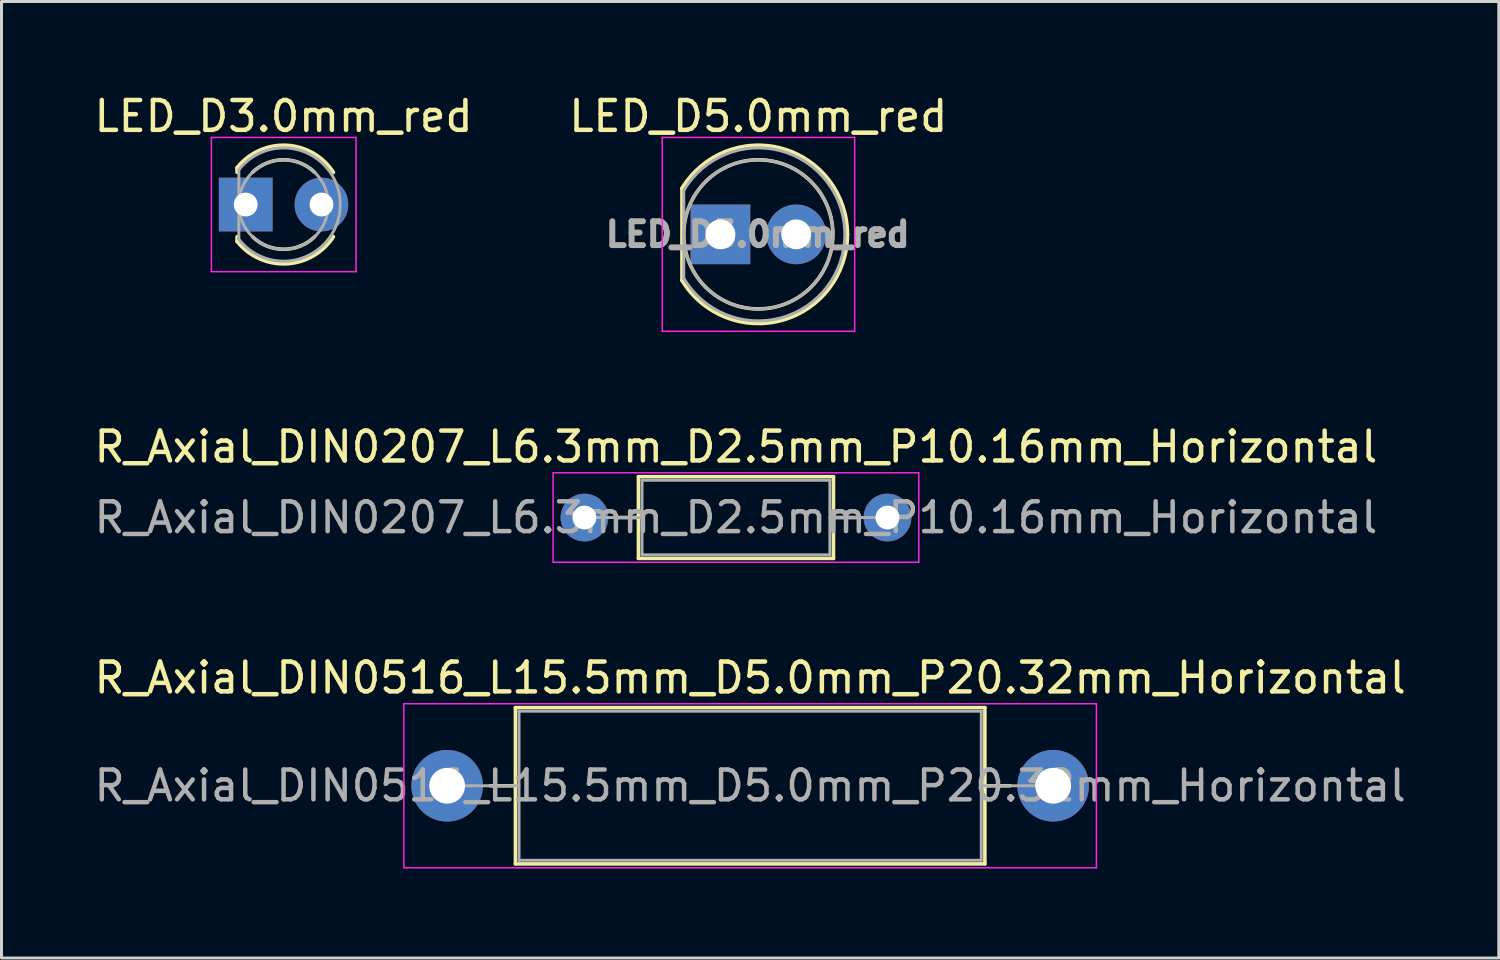
<source format=kicad_pcb>
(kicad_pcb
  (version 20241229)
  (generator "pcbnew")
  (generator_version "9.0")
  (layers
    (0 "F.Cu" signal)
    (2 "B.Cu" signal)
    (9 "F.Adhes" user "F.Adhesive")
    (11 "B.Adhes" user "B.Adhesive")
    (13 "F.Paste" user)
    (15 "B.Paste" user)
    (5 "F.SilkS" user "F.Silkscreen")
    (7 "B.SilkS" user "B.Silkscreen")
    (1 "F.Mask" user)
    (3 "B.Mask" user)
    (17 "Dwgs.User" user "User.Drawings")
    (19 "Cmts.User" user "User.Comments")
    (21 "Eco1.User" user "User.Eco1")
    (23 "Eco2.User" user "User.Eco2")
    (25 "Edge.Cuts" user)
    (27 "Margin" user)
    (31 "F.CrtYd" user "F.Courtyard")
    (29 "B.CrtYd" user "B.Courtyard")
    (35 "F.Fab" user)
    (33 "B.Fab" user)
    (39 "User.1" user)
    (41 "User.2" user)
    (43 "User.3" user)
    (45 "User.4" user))
  (footprint "R_Axial_DIN0207_L6.3mm_D2.5mm_P10.16mm_Horizontal"
    (layer "F.Cu")
    (at 16.545 14.302)
    (property "Reference" "R_Axial_DIN0207_L6.3mm_D2.5mm_P10.16mm_Horizontal" (at 5.08 -2.37 0) (layer "F.SilkS") (effects (font (size 1 1) (thickness 0.15))))
    (attr through_hole)
    (fp_line (start 1.04 0) (end 1.81 0) (stroke (width 0.12) (type solid)) (layer "F.SilkS"))
    (fp_line (start 1.81 -1.37) (end 1.81 1.37) (stroke (width 0.12) (type solid)) (layer "F.SilkS"))
    (fp_line (start 1.81 1.37) (end 8.35 1.37) (stroke (width 0.12) (type solid)) (layer "F.SilkS"))
    (fp_line (start 8.35 -1.37) (end 1.81 -1.37) (stroke (width 0.12) (type solid)) (layer "F.SilkS"))
    (fp_line (start 8.35 1.37) (end 8.35 -1.37) (stroke (width 0.12) (type solid)) (layer "F.SilkS"))
    (fp_line (start 9.12 0) (end 8.35 0) (stroke (width 0.12) (type solid)) (layer "F.SilkS"))
    (fp_line (start -1.05 -1.5) (end -1.05 1.5) (stroke (width 0.05) (type solid)) (layer "F.CrtYd"))
    (fp_line (start -1.05 1.5) (end 11.21 1.5) (stroke (width 0.05) (type solid)) (layer "F.CrtYd"))
    (fp_line (start 11.21 -1.5) (end -1.05 -1.5) (stroke (width 0.05) (type solid)) (layer "F.CrtYd"))
    (fp_line (start 11.21 1.5) (end 11.21 -1.5) (stroke (width 0.05) (type solid)) (layer "F.CrtYd"))
    (fp_line (start 0 0) (end 1.93 0) (stroke (width 0.1) (type solid)) (layer "F.Fab"))
    (fp_line (start 1.93 -1.25) (end 1.93 1.25) (stroke (width 0.1) (type solid)) (layer "F.Fab"))
    (fp_line (start 1.93 1.25) (end 8.23 1.25) (stroke (width 0.1) (type solid)) (layer "F.Fab"))
    (fp_line (start 8.23 -1.25) (end 1.93 -1.25) (stroke (width 0.1) (type solid)) (layer "F.Fab"))
    (fp_line (start 8.23 1.25) (end 8.23 -1.25) (stroke (width 0.1) (type solid)) (layer "F.Fab"))
    (fp_line (start 10.16 0) (end 8.23 0) (stroke (width 0.1) (type solid)) (layer "F.Fab"))
    (fp_text user "${REFERENCE}" (at 5.08 0 0) (layer "F.Fab") (effects (font (size 1 1) (thickness 0.15))))
    (pad "1" thru_hole circle (at 0 0) (size 1.6 1.6) (drill 0.8) (layers "*.Cu" "*.Mask"))
    (pad "2" thru_hole oval (at 10.16 0) (size 1.6 1.6) (drill 0.8) (layers "*.Cu" "*.Mask")))
  (footprint "R_Axial_DIN0516_L15.5mm_D5.0mm_P20.32mm_Horizontal"
    (layer "F.Cu")
    (at 11.941 23.295)
    (property "Reference" "R_Axial_DIN0516_L15.5mm_D5.0mm_P20.32mm_Horizontal" (at 10.16 -3.62 0) (layer "F.SilkS") (effects (font (size 1 1) (thickness 0.15))))
    (attr through_hole)
    (fp_line (start 1.44 0) (end 2.29 0) (stroke (width 0.12) (type solid)) (layer "F.SilkS"))
    (fp_line (start 2.29 -2.62) (end 2.29 2.62) (stroke (width 0.12) (type solid)) (layer "F.SilkS"))
    (fp_line (start 2.29 2.62) (end 18.03 2.62) (stroke (width 0.12) (type solid)) (layer "F.SilkS"))
    (fp_line (start 18.03 -2.62) (end 2.29 -2.62) (stroke (width 0.12) (type solid)) (layer "F.SilkS"))
    (fp_line (start 18.03 2.62) (end 18.03 -2.62) (stroke (width 0.12) (type solid)) (layer "F.SilkS"))
    (fp_line (start 18.88 0) (end 18.03 0) (stroke (width 0.12) (type solid)) (layer "F.SilkS"))
    (fp_line (start -1.45 -2.75) (end -1.45 2.75) (stroke (width 0.05) (type solid)) (layer "F.CrtYd"))
    (fp_line (start -1.45 2.75) (end 21.77 2.75) (stroke (width 0.05) (type solid)) (layer "F.CrtYd"))
    (fp_line (start 21.77 -2.75) (end -1.45 -2.75) (stroke (width 0.05) (type solid)) (layer "F.CrtYd"))
    (fp_line (start 21.77 2.75) (end 21.77 -2.75) (stroke (width 0.05) (type solid)) (layer "F.CrtYd"))
    (fp_line (start 0 0) (end 2.41 0) (stroke (width 0.1) (type solid)) (layer "F.Fab"))
    (fp_line (start 2.41 -2.5) (end 2.41 2.5) (stroke (width 0.1) (type solid)) (layer "F.Fab"))
    (fp_line (start 2.41 2.5) (end 17.91 2.5) (stroke (width 0.1) (type solid)) (layer "F.Fab"))
    (fp_line (start 17.91 -2.5) (end 2.41 -2.5) (stroke (width 0.1) (type solid)) (layer "F.Fab"))
    (fp_line (start 17.91 2.5) (end 17.91 -2.5) (stroke (width 0.1) (type solid)) (layer "F.Fab"))
    (fp_line (start 20.32 0) (end 17.91 0) (stroke (width 0.1) (type solid)) (layer "F.Fab"))
    (fp_text user "${REFERENCE}" (at 10.16 0 0) (layer "F.Fab") (effects (font (size 1 1) (thickness 0.15))))
    (pad "1" thru_hole circle (at 0 0) (size 2.4 2.4) (drill 1.2) (layers "*.Cu" "*.Mask"))
    (pad "2" thru_hole oval (at 20.32 0) (size 2.4 2.4) (drill 1.2) (layers "*.Cu" "*.Mask")))
  (footprint "LED_D3.0mm_red"
    (layer "F.Cu")
    (at 5.188 3.808)
    (property "Reference" "LED_D3.0mm_red" (at 1.27 -2.96 0) (layer "F.SilkS") (effects (font (size 1 1) (thickness 0.15))))
    (attr through_hole)
    (fp_line (start -0.29 -1.236) (end -0.29 -1.08) (stroke (width 0.12) (type solid)) (layer "F.SilkS"))
    (fp_line (start -0.29 1.08) (end -0.29 1.236) (stroke (width 0.12) (type solid)) (layer "F.SilkS"))
    (fp_arc (start -0.29 -1.235516) (mid 1.366487 -1.987659) (end 2.942335 -1.078608) (stroke (width 0.12) (type solid)) (layer "F.SilkS"))
    (fp_arc (start 0.229039 -1.08) (mid 1.270117 -1.5) (end 2.31113 -1.079837) (stroke (width 0.12) (type solid)) (layer "F.SilkS"))
    (fp_arc (start 2.31113 1.079837) (mid 1.270117 1.5) (end 0.229039 1.08) (stroke (width 0.12) (type solid)) (layer "F.SilkS"))
    (fp_arc (start 2.942335 1.078608) (mid 1.366487 1.987659) (end -0.29 1.235516) (stroke (width 0.12) (type solid)) (layer "F.SilkS"))
    (fp_line (start -1.15 -2.25) (end -1.15 2.25) (stroke (width 0.05) (type solid)) (layer "F.CrtYd"))
    (fp_line (start -1.15 2.25) (end 3.7 2.25) (stroke (width 0.05) (type solid)) (layer "F.CrtYd"))
    (fp_line (start 3.7 -2.25) (end -1.15 -2.25) (stroke (width 0.05) (type solid)) (layer "F.CrtYd"))
    (fp_line (start 3.7 2.25) (end 3.7 -2.25) (stroke (width 0.05) (type solid)) (layer "F.CrtYd"))
    (fp_line (start -0.23 -1.166) (end -0.23 1.166) (stroke (width 0.1) (type solid)) (layer "F.Fab"))
    (fp_arc (start -0.23 -1.16619) (mid 3.17 0.000452) (end -0.230555 1.165476) (stroke (width 0.1) (type solid)) (layer "F.Fab"))
    (fp_circle (center 1.27 0) (end 2.77 0) (stroke (width 0.1) (type solid)) (fill no) (layer "F.Fab"))
    (pad "1" thru_hole rect (at 0 0) (size 1.8 1.8) (drill 0.8) (layers "*.Cu" "*.Mask"))
    (pad "2" thru_hole circle (at 2.54 0) (size 1.8 1.8) (drill 0.8) (layers "*.Cu" "*.Mask")))
  (footprint "LED_D5.0mm_red"
    (layer "F.Cu")
    (at 21.105 4.808)
    (property "Reference" "LED_D5.0mm_red" (at 1.27 -3.96 0) (layer "F.SilkS") (effects (font (size 1 1) (thickness 0.15))))
    (attr through_hole)
    (fp_line (start -1.29 -1.545) (end -1.29 1.545) (stroke (width 0.12) (type solid)) (layer "F.SilkS"))
    (fp_arc (start -1.29 -1.54483) (mid 2.072002 -2.880433) (end 4.26 0.000462) (stroke (width 0.12) (type solid)) (layer "F.SilkS"))
    (fp_arc (start 4.26 -0.000462) (mid 2.072002 2.880433) (end -1.29 1.54483) (stroke (width 0.12) (type solid)) (layer "F.SilkS"))
    (fp_circle (center 1.27 0) (end 3.77 0) (stroke (width 0.12) (type solid)) (fill no) (layer "F.SilkS"))
    (fp_line (start -1.95 -3.25) (end -1.95 3.25) (stroke (width 0.05) (type solid)) (layer "F.CrtYd"))
    (fp_line (start -1.95 3.25) (end 4.5 3.25) (stroke (width 0.05) (type solid)) (layer "F.CrtYd"))
    (fp_line (start 4.5 -3.25) (end -1.95 -3.25) (stroke (width 0.05) (type solid)) (layer "F.CrtYd"))
    (fp_line (start 4.5 3.25) (end 4.5 -3.25) (stroke (width 0.05) (type solid)) (layer "F.CrtYd"))
    (fp_line (start -1.23 -1.47) (end -1.23 1.47) (stroke (width 0.1) (type solid)) (layer "F.Fab"))
    (fp_arc (start -1.23 -1.469694) (mid 4.17 0.000016) (end -1.230016 1.469666) (stroke (width 0.1) (type solid)) (layer "F.Fab"))
    (fp_circle (center 1.27 0) (end 3.77 0) (stroke (width 0.1) (type solid)) (fill no) (layer "F.Fab"))
    (fp_text user "${REFERENCE}" (at 1.25 0 0) (layer "F.Fab") (effects (font (size 0.8 0.8) (thickness 0.2))))
    (pad "1" thru_hole rect (at 0 0) (size 2 2) (drill 1) (layers "*.Cu" "*.Mask"))
    (pad "2" thru_hole circle (at 2.54 0) (size 2 2) (drill 1) (layers "*.Cu" "*.Mask")))
  (gr_rect
    (start -3 -3)
    (end 47.202 29.07)
    (stroke (width 0.1) (type default))
    (fill no)
    (layer "Edge.Cuts")))
</source>
